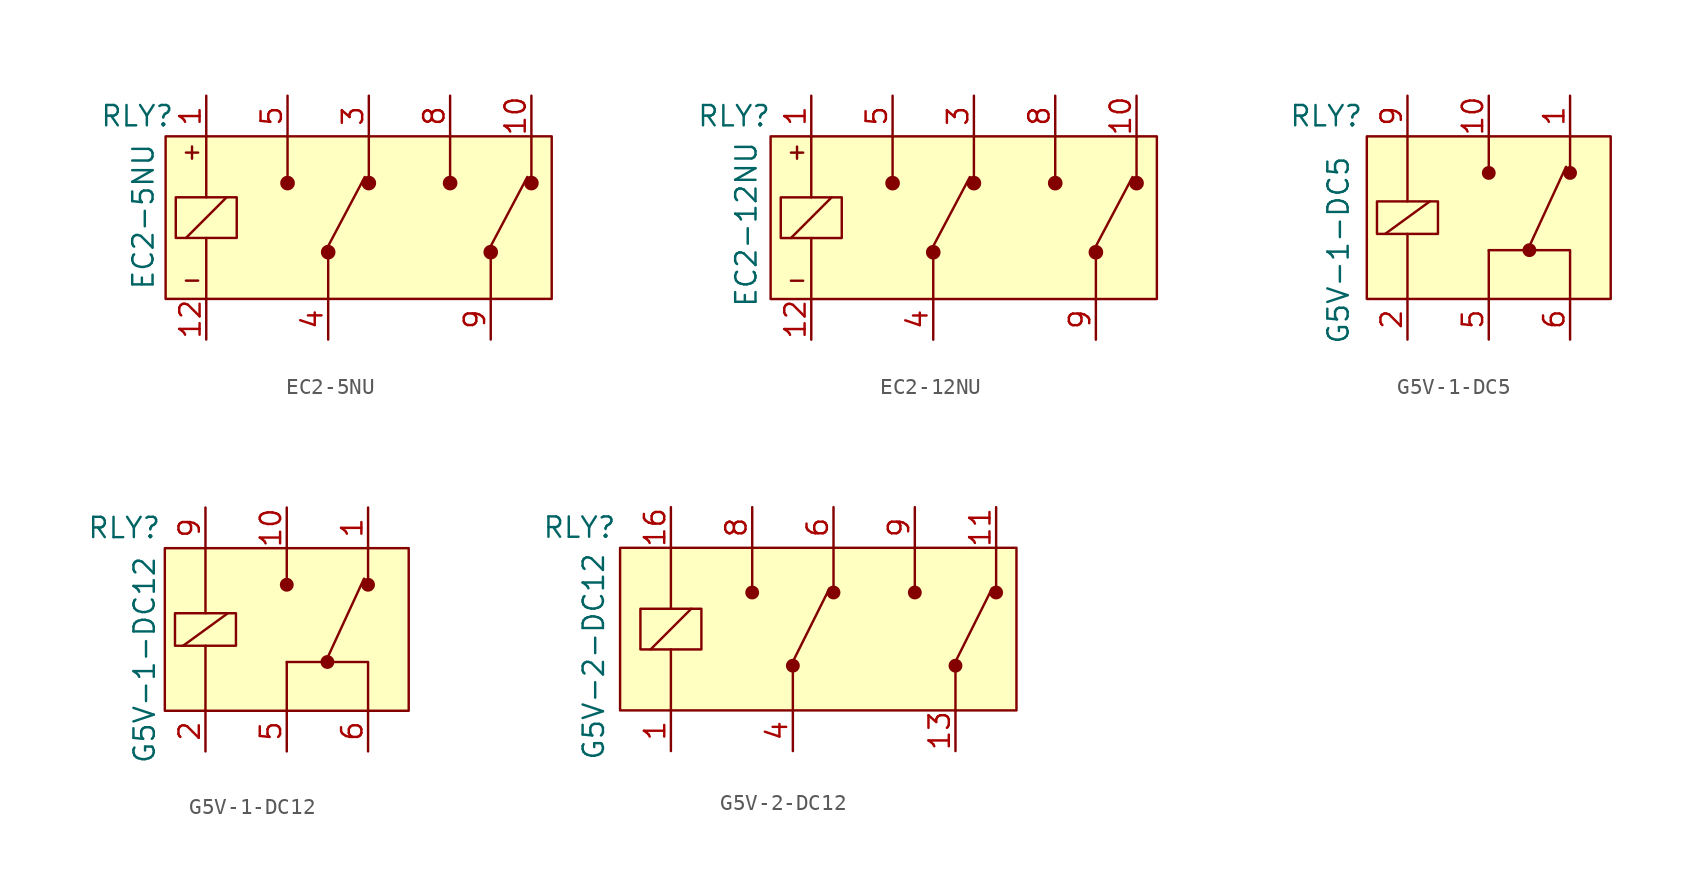
<source format=kicad_sym>
(kicad_symbol_lib
  (version 20201005)
  (generator kicad_symbol_editor)
  (symbol "EC2-5NU"
    (pin_names
      (offset 1.016) hide)
    (property "Reference" "RLY"
      (at -14.478 6.35 0)
      (effects (font (size 1.27 1.27))))
    (property "Value" "EC2-5NU"
      (at -14.097 4.699 90)
      (effects (font (size 1.27 1.27)) (justify right)))
    (symbol "EC2-5NU_0_1"
      (circle (center -5.08 2.159) (radius 0.381) (stroke (width 0)) (fill (type outline)))
      (circle (center -2.54 -2.159) (radius 0.381) (stroke (width 0)) (fill (type outline)))
      (circle (center 0 2.159) (radius 0.381) (stroke (width 0)) (fill (type outline)))
      (circle (center 5.08 2.159) (radius 0.381) (stroke (width 0)) (fill (type outline)))
      (circle (center 7.62 -2.159) (radius 0.381) (stroke (width 0)) (fill (type outline)))
      (circle (center 10.16 2.159) (radius 0.381) (stroke (width 0)) (fill (type outline)))
      (rectangle (start -12.065 1.27) (end -8.255 -1.27) (stroke (width 0)) (fill (type none)))
      (polyline (pts (xy -11.43 -3.937) (xy -10.668 -3.937)) (stroke (width 0)) (fill (type none)))
      (polyline (pts (xy -11.43 -1.27) (xy -8.89 1.27)) (stroke (width 0)) (fill (type none)))
      (polyline (pts (xy -11.43 4.064) (xy -10.668 4.064)) (stroke (width 0)) (fill (type none)))
      (polyline (pts (xy -11.049 4.445) (xy -11.049 3.683)) (stroke (width 0)) (fill (type none)))
      (polyline (pts (xy -10.16 -5.08) (xy -10.16 -1.27)) (stroke (width 0)) (fill (type none)))
      (polyline (pts (xy -10.16 5.08) (xy -10.16 1.27)) (stroke (width 0)) (fill (type none)))
      (polyline (pts (xy -5.08 5.08) (xy -5.08 2.54)) (stroke (width 0)) (fill (type none)))
      (polyline (pts (xy -2.54 -5.08) (xy -2.54 -2.54)) (stroke (width 0)) (fill (type none)))
      (polyline (pts (xy -2.54 -1.778) (xy -0.254 2.54)) (stroke (width 0)) (fill (type none)))
      (polyline (pts (xy 0 5.08) (xy 0 2.54)) (stroke (width 0)) (fill (type none)))
      (polyline (pts (xy 5.08 5.08) (xy 5.08 2.54)) (stroke (width 0)) (fill (type none)))
      (polyline (pts (xy 7.62 -5.08) (xy 7.62 -2.54)) (stroke (width 0)) (fill (type none)))
      (polyline (pts (xy 7.62 -1.778) (xy 9.906 2.54)) (stroke (width 0)) (fill (type none)))
      (polyline (pts (xy 10.16 5.08) (xy 10.16 2.54)) (stroke (width 0)) (fill (type none))))
    (symbol "EC2-5NU_1_1"
      (rectangle (start -12.7 5.08) (end 11.43 -5.08) (stroke (width 0)) (fill (type background)))
      (pin passive line (at -10.16 7.62 270) (length 2.54) (name "COIL" (effects (font (size 1.27 1.27)))) (number "1" (effects (font (size 1.27 1.27)))))
      (pin passive line (at 0 7.62 270) (length 2.54) (name "NC1" (effects (font (size 1.27 1.27)))) (number "3" (effects (font (size 1.27 1.27)))))
      (pin passive line (at -2.54 -7.62 90) (length 2.54) (name "COM1" (effects (font (size 1.27 1.27)))) (number "4" (effects (font (size 1.27 1.27)))))
      (pin passive line (at -5.08 7.62 270) (length 2.54) (name "NO1" (effects (font (size 1.27 1.27)))) (number "5" (effects (font (size 1.27 1.27)))))
      (pin passive line (at 5.08 7.62 270) (length 2.54) (name "NO2" (effects (font (size 1.27 1.27)))) (number "8" (effects (font (size 1.27 1.27)))))
      (pin passive line (at 7.62 -7.62 90) (length 2.54) (name "COM2" (effects (font (size 1.27 1.27)))) (number "9" (effects (font (size 1.27 1.27)))))
      (pin passive line (at 10.16 7.62 270) (length 2.54) (name "NC2" (effects (font (size 1.27 1.27)))) (number "10" (effects (font (size 1.27 1.27)))))
      (pin passive line (at -10.16 -7.62 90) (length 2.54) (name "COIL" (effects (font (size 1.27 1.27)))) (number "12" (effects (font (size 1.27 1.27)))))))
  (symbol "EC2-12NU"
    (pin_names
      (offset 1.016) hide)
    (property "Reference" "RLY"
      (at -14.986 6.35 0)
      (effects (font (size 1.27 1.27))))
    (property "Value" "EC2-12NU"
      (at -14.224 4.826 90)
      (effects (font (size 1.27 1.27)) (justify right)))
    (symbol "EC2-12NU_0_1"
      (circle (center -5.08 2.159) (radius 0.381) (stroke (width 0)) (fill (type outline)))
      (circle (center -2.54 -2.159) (radius 0.381) (stroke (width 0)) (fill (type outline)))
      (circle (center 0 2.159) (radius 0.381) (stroke (width 0)) (fill (type outline)))
      (circle (center 5.08 2.159) (radius 0.381) (stroke (width 0)) (fill (type outline)))
      (circle (center 7.62 -2.159) (radius 0.381) (stroke (width 0)) (fill (type outline)))
      (circle (center 10.16 2.159) (radius 0.381) (stroke (width 0)) (fill (type outline)))
      (rectangle (start -12.065 1.27) (end -8.255 -1.27) (stroke (width 0)) (fill (type none)))
      (polyline (pts (xy -11.43 -3.937) (xy -10.668 -3.937)) (stroke (width 0)) (fill (type none)))
      (polyline (pts (xy -11.43 -1.27) (xy -8.89 1.27)) (stroke (width 0)) (fill (type none)))
      (polyline (pts (xy -11.43 4.064) (xy -10.668 4.064)) (stroke (width 0)) (fill (type none)))
      (polyline (pts (xy -11.049 4.445) (xy -11.049 3.683)) (stroke (width 0)) (fill (type none)))
      (polyline (pts (xy -10.16 -5.08) (xy -10.16 -1.27)) (stroke (width 0)) (fill (type none)))
      (polyline (pts (xy -10.16 5.08) (xy -10.16 1.27)) (stroke (width 0)) (fill (type none)))
      (polyline (pts (xy -5.08 5.08) (xy -5.08 2.54)) (stroke (width 0)) (fill (type none)))
      (polyline (pts (xy -2.54 -5.08) (xy -2.54 -2.54)) (stroke (width 0)) (fill (type none)))
      (polyline (pts (xy -2.54 -1.778) (xy -0.254 2.54)) (stroke (width 0)) (fill (type none)))
      (polyline (pts (xy 0 5.08) (xy 0 2.54)) (stroke (width 0)) (fill (type none)))
      (polyline (pts (xy 5.08 5.08) (xy 5.08 2.54)) (stroke (width 0)) (fill (type none)))
      (polyline (pts (xy 7.62 -5.08) (xy 7.62 -2.54)) (stroke (width 0)) (fill (type none)))
      (polyline (pts (xy 7.62 -1.778) (xy 9.906 2.54)) (stroke (width 0)) (fill (type none)))
      (polyline (pts (xy 10.16 5.08) (xy 10.16 2.54)) (stroke (width 0)) (fill (type none))))
    (symbol "EC2-12NU_1_1"
      (rectangle (start -12.7 5.08) (end 11.43 -5.08) (stroke (width 0)) (fill (type background)))
      (pin passive line (at -10.16 7.62 270) (length 2.54) (name "COIL" (effects (font (size 1.27 1.27)))) (number "1" (effects (font (size 1.27 1.27)))))
      (pin passive line (at 0 7.62 270) (length 2.54) (name "NC1" (effects (font (size 1.27 1.27)))) (number "3" (effects (font (size 1.27 1.27)))))
      (pin passive line (at -2.54 -7.62 90) (length 2.54) (name "COM1" (effects (font (size 1.27 1.27)))) (number "4" (effects (font (size 1.27 1.27)))))
      (pin passive line (at -5.08 7.62 270) (length 2.54) (name "NO1" (effects (font (size 1.27 1.27)))) (number "5" (effects (font (size 1.27 1.27)))))
      (pin passive line (at 5.08 7.62 270) (length 2.54) (name "NO2" (effects (font (size 1.27 1.27)))) (number "8" (effects (font (size 1.27 1.27)))))
      (pin passive line (at 7.62 -7.62 90) (length 2.54) (name "COM2" (effects (font (size 1.27 1.27)))) (number "9" (effects (font (size 1.27 1.27)))))
      (pin passive line (at 10.16 7.62 270) (length 2.54) (name "NC2" (effects (font (size 1.27 1.27)))) (number "10" (effects (font (size 1.27 1.27)))))
      (pin passive line (at -10.16 -7.62 90) (length 2.54) (name "COIL" (effects (font (size 1.27 1.27)))) (number "12" (effects (font (size 1.27 1.27)))))))
  (symbol "G5V-1-DC5"
    (pin_names
      (offset 1.016) hide)
    (property "Reference" "RLY"
      (at -10.16 6.35 0)
      (effects (font (size 1.27 1.27))))
    (property "Value" "G5V-1-DC5"
      (at -9.398 -2.032 90)
      (effects (font (size 1.27 1.27))))
    (symbol "G5V-1-DC5_0_1"
      (circle (center 0 2.794) (radius 0.356) (stroke (width 0)) (fill (type outline)))
      (circle (center 2.54 -2.032) (radius 0.356) (stroke (width 0)) (fill (type outline)))
      (circle (center 5.08 2.794) (radius 0.356) (stroke (width 0)) (fill (type outline)))
      (rectangle (start -7.62 5.08) (end 7.62 -5.08) (stroke (width 0)) (fill (type background)))
      (rectangle (start -6.985 1.016) (end -3.175 -1.016) (stroke (width 0)) (fill (type none)))
      (polyline (pts (xy -6.477 -1.016) (xy -3.683 1.016)) (stroke (width 0)) (fill (type none)))
      (polyline (pts (xy -5.08 -1.016) (xy -5.08 -5.08)) (stroke (width 0)) (fill (type none)))
      (polyline (pts (xy -5.08 1.016) (xy -5.08 5.08)) (stroke (width 0)) (fill (type none)))
      (polyline (pts (xy 0 -5.08) (xy 0 -2.032)) (stroke (width 0)) (fill (type none)))
      (polyline (pts (xy 0 5.08) (xy 0 3.048)) (stroke (width 0)) (fill (type none)))
      (polyline (pts (xy 2.54 -1.778) (xy 4.826 3.175)) (stroke (width 0)) (fill (type none)))
      (polyline (pts (xy 5.08 5.08) (xy 5.08 3.048)) (stroke (width 0)) (fill (type none)))
      (polyline (pts (xy 5.08 -5.08) (xy 5.08 -2.032) (xy 0 -2.032)) (stroke (width 0)) (fill (type none))))
    (symbol "G5V-1-DC5_1_1"
      (pin passive line (at 5.08 7.62 270) (length 2.54) (name "NC" (effects (font (size 1.27 1.27)))) (number "1" (effects (font (size 1.27 1.27)))))
      (pin passive line (at -5.08 -7.62 90) (length 2.54) (name "COIL" (effects (font (size 1.27 1.27)))) (number "2" (effects (font (size 1.27 1.27)))))
      (pin passive line (at 0 -7.62 90) (length 2.54) (name "COM" (effects (font (size 1.27 1.27)))) (number "5" (effects (font (size 1.27 1.27)))))
      (pin passive line (at 5.08 -7.62 90) (length 2.54) (name "COM" (effects (font (size 1.27 1.27)))) (number "6" (effects (font (size 1.27 1.27)))))
      (pin passive line (at -5.08 7.62 270) (length 2.54) (name "COIL" (effects (font (size 1.27 1.27)))) (number "9" (effects (font (size 1.27 1.27)))))
      (pin passive line (at 0 7.62 270) (length 2.54) (name "NO" (effects (font (size 1.27 1.27)))) (number "10" (effects (font (size 1.27 1.27)))))))
  (symbol "G5V-1-DC12"
    (pin_names
      (offset 1.016) hide)
    (property "Reference" "RLY"
      (at -10.16 6.35 0)
      (effects (font (size 1.27 1.27))))
    (property "Value" "G5V-1-DC12"
      (at -8.89 -1.905 90)
      (effects (font (size 1.27 1.27))))
    (symbol "G5V-1-DC12_0_1"
      (circle (center 0 2.794) (radius 0.356) (stroke (width 0)) (fill (type outline)))
      (circle (center 2.54 -2.032) (radius 0.356) (stroke (width 0)) (fill (type outline)))
      (circle (center 5.08 2.794) (radius 0.356) (stroke (width 0)) (fill (type outline)))
      (rectangle (start -7.62 5.08) (end 7.62 -5.08) (stroke (width 0)) (fill (type background)))
      (rectangle (start -6.985 1.016) (end -3.175 -1.016) (stroke (width 0)) (fill (type none)))
      (polyline (pts (xy -6.477 -1.016) (xy -3.683 1.016)) (stroke (width 0)) (fill (type none)))
      (polyline (pts (xy -5.08 -1.016) (xy -5.08 -5.08)) (stroke (width 0)) (fill (type none)))
      (polyline (pts (xy -5.08 1.016) (xy -5.08 5.08)) (stroke (width 0)) (fill (type none)))
      (polyline (pts (xy 0 -5.08) (xy 0 -2.032)) (stroke (width 0)) (fill (type none)))
      (polyline (pts (xy 0 5.08) (xy 0 3.048)) (stroke (width 0)) (fill (type none)))
      (polyline (pts (xy 2.54 -1.778) (xy 4.826 3.175)) (stroke (width 0)) (fill (type none)))
      (polyline (pts (xy 5.08 5.08) (xy 5.08 3.048)) (stroke (width 0)) (fill (type none)))
      (polyline (pts (xy 5.08 -5.08) (xy 5.08 -2.032) (xy 0 -2.032)) (stroke (width 0)) (fill (type none))))
    (symbol "G5V-1-DC12_1_1"
      (pin passive line (at 5.08 7.62 270) (length 2.54) (name "NC" (effects (font (size 1.27 1.27)))) (number "1" (effects (font (size 1.27 1.27)))))
      (pin passive line (at -5.08 -7.62 90) (length 2.54) (name "COIL" (effects (font (size 1.27 1.27)))) (number "2" (effects (font (size 1.27 1.27)))))
      (pin passive line (at 0 -7.62 90) (length 2.54) (name "COM" (effects (font (size 1.27 1.27)))) (number "5" (effects (font (size 1.27 1.27)))))
      (pin passive line (at 5.08 -7.62 90) (length 2.54) (name "COM" (effects (font (size 1.27 1.27)))) (number "6" (effects (font (size 1.27 1.27)))))
      (pin passive line (at -5.08 7.62 270) (length 2.54) (name "COIL" (effects (font (size 1.27 1.27)))) (number "9" (effects (font (size 1.27 1.27)))))
      (pin passive line (at 0 7.62 270) (length 2.54) (name "NO" (effects (font (size 1.27 1.27)))) (number "10" (effects (font (size 1.27 1.27)))))))
  (symbol "G5V-2-DC12"
    (pin_names
      (offset 1.016) hide)
    (property "Reference" "RLY"
      (at -15.875 6.35 0)
      (effects (font (size 1.27 1.27))))
    (property "Value" "G5V-2-DC12"
      (at -14.986 4.826 90)
      (effects (font (size 1.27 1.27)) (justify right)))
    (symbol "G5V-2-DC12_0_1"
      (circle (center -5.08 2.286) (radius 0.356) (stroke (width 0)) (fill (type outline)))
      (circle (center -2.54 -2.286) (radius 0.356) (stroke (width 0)) (fill (type outline)))
      (circle (center 0 2.286) (radius 0.356) (stroke (width 0)) (fill (type outline)))
      (circle (center 5.08 2.286) (radius 0.356) (stroke (width 0)) (fill (type outline)))
      (circle (center 7.62 -2.286) (radius 0.356) (stroke (width 0)) (fill (type outline)))
      (circle (center 10.16 2.286) (radius 0.356) (stroke (width 0)) (fill (type outline)))
      (rectangle (start -13.335 5.08) (end 11.43 -5.08) (stroke (width 0)) (fill (type background)))
      (rectangle (start -12.065 1.27) (end -8.255 -1.27) (stroke (width 0)) (fill (type none)))
      (polyline (pts (xy -11.43 -1.27) (xy -8.89 1.27)) (stroke (width 0)) (fill (type none)))
      (polyline (pts (xy -10.16 -1.27) (xy -10.16 -5.08)) (stroke (width 0)) (fill (type none)))
      (polyline (pts (xy -10.16 5.08) (xy -10.16 1.27)) (stroke (width 0)) (fill (type none)))
      (polyline (pts (xy -5.08 5.08) (xy -5.08 2.54)) (stroke (width 0)) (fill (type none)))
      (polyline (pts (xy -2.54 -5.08) (xy -2.54 -2.54)) (stroke (width 0)) (fill (type none)))
      (polyline (pts (xy -2.54 -2.032) (xy -0.254 2.54)) (stroke (width 0)) (fill (type none)))
      (polyline (pts (xy 0 5.08) (xy 0 2.54)) (stroke (width 0)) (fill (type none)))
      (polyline (pts (xy 5.08 5.08) (xy 5.08 2.54)) (stroke (width 0)) (fill (type none)))
      (polyline (pts (xy 7.62 -5.08) (xy 7.62 -2.54)) (stroke (width 0)) (fill (type none)))
      (polyline (pts (xy 7.62 -2.032) (xy 9.906 2.54)) (stroke (width 0)) (fill (type none)))
      (polyline (pts (xy 10.16 5.08) (xy 10.16 2.54)) (stroke (width 0)) (fill (type none))))
    (symbol "G5V-2-DC12_1_1"
      (pin passive line (at -10.16 -7.62 90) (length 2.54) (name "COIL" (effects (font (size 1.27 1.27)))) (number "1" (effects (font (size 1.27 1.27)))))
      (pin passive line (at -2.54 -7.62 90) (length 2.54) (name "COM1" (effects (font (size 1.27 1.27)))) (number "4" (effects (font (size 1.27 1.27)))))
      (pin passive line (at 0 7.62 270) (length 2.54) (name "NC1" (effects (font (size 1.27 1.27)))) (number "6" (effects (font (size 1.27 1.27)))))
      (pin passive line (at -5.08 7.62 270) (length 2.54) (name "NO1" (effects (font (size 1.27 1.27)))) (number "8" (effects (font (size 1.27 1.27)))))
      (pin passive line (at 5.08 7.62 270) (length 2.54) (name "NO2" (effects (font (size 1.27 1.27)))) (number "9" (effects (font (size 1.27 1.27)))))
      (pin passive line (at 10.16 7.62 270) (length 2.54) (name "NC2" (effects (font (size 1.27 1.27)))) (number "11" (effects (font (size 1.27 1.27)))))
      (pin passive line (at 7.62 -7.62 90) (length 2.54) (name "COM2" (effects (font (size 1.27 1.27)))) (number "13" (effects (font (size 1.27 1.27)))))
      (pin passive line (at -10.16 7.62 270) (length 2.54) (name "COIL" (effects (font (size 1.27 1.27)))) (number "16" (effects (font (size 1.27 1.27))))))))
</source>
